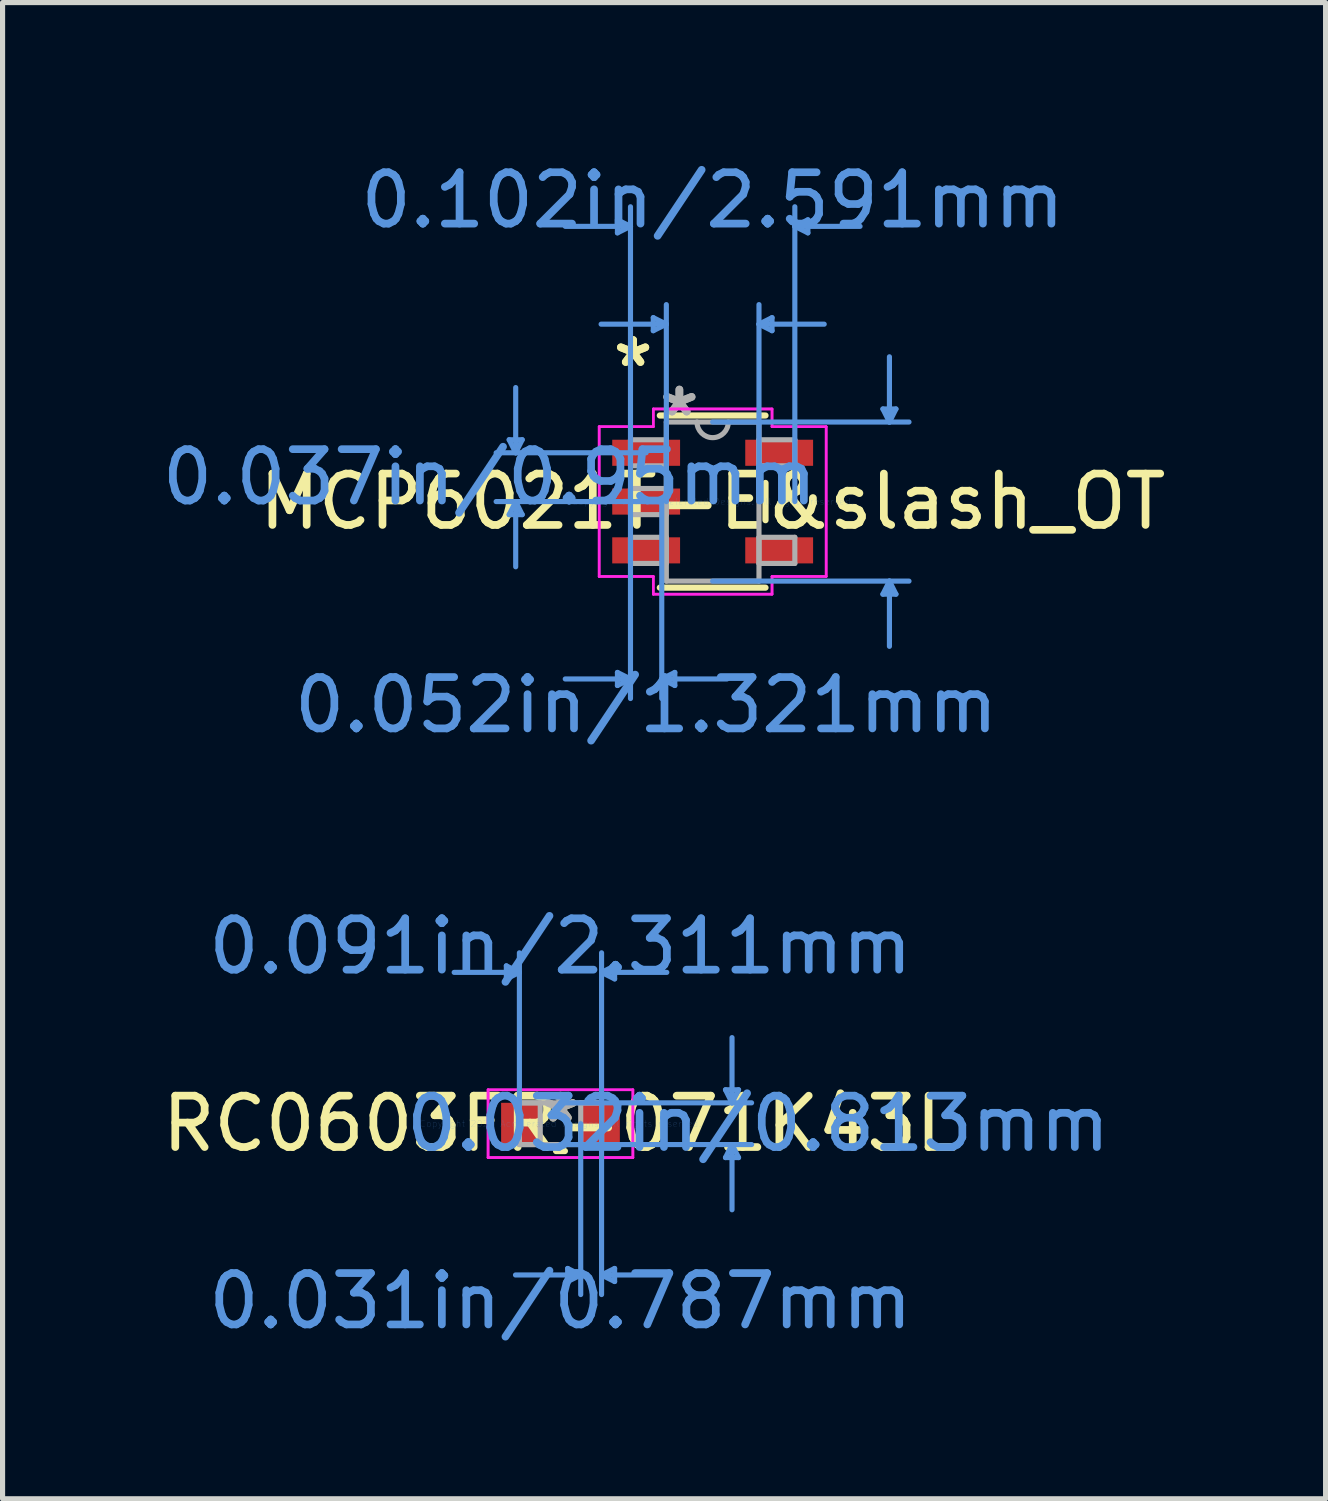
<source format=kicad_pcb>
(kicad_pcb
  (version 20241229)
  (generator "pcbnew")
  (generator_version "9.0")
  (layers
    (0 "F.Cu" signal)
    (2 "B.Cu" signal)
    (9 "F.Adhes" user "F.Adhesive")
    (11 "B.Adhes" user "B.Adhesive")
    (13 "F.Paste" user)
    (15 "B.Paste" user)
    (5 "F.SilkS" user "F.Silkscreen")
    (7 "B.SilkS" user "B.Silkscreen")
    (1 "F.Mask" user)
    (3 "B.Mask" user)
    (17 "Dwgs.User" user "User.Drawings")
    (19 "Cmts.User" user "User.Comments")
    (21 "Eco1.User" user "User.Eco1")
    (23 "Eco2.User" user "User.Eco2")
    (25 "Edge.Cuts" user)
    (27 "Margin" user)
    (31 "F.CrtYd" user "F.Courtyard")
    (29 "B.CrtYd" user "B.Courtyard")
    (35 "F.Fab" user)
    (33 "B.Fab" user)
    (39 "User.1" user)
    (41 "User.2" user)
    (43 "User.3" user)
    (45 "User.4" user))
  (footprint "RC0603FR-071K43L"
    (layer "F.Cu")
    (at 7.863 18.829)
    (property "Reference" "RC0603FR-071K43L" (at 0 0 0) (layer "F.SilkS") (effects (font (size 1 1) (thickness 0.15))))
    (attr through_hole)
    (fp_line (start -0.086 0.533) (end 0.086 0.533) (stroke (width 0.12) (type solid)) (layer "F.SilkS"))
    (fp_line (start 0.086 -0.533) (end -0.086 -0.533) (stroke (width 0.12) (type solid)) (layer "F.SilkS"))
    (fp_line (start -1.054 -3.073) (end -1.054 -2.819) (stroke (width 0.1) (type solid)) (layer "Cmts.User"))
    (fp_line (start -0.8 -2.946) (end -2.07 -2.946) (stroke (width 0.1) (type solid)) (layer "Cmts.User"))
    (fp_line (start -0.8 -2.946) (end -1.054 -3.073) (stroke (width 0.1) (type solid)) (layer "Cmts.User"))
    (fp_line (start -0.8 -2.946) (end -1.054 -2.819) (stroke (width 0.1) (type solid)) (layer "Cmts.User"))
    (fp_line (start -0.8 0) (end -0.8 -3.327) (stroke (width 0.1) (type solid)) (layer "Cmts.User"))
    (fp_line (start 0 -0.406) (end 3.721 -0.406) (stroke (width 0.1) (type solid)) (layer "Cmts.User"))
    (fp_line (start 0 0.406) (end 3.721 0.406) (stroke (width 0.1) (type solid)) (layer "Cmts.User"))
    (fp_line (start 0.14 2.819) (end 0.14 3.073) (stroke (width 0.1) (type solid)) (layer "Cmts.User"))
    (fp_line (start 0.394 0) (end 0.394 3.327) (stroke (width 0.1) (type solid)) (layer "Cmts.User"))
    (fp_line (start 0.394 2.946) (end -0.876 2.946) (stroke (width 0.1) (type solid)) (layer "Cmts.User"))
    (fp_line (start 0.394 2.946) (end 0.14 2.819) (stroke (width 0.1) (type solid)) (layer "Cmts.User"))
    (fp_line (start 0.394 2.946) (end 0.14 3.073) (stroke (width 0.1) (type solid)) (layer "Cmts.User"))
    (fp_line (start 0.8 -2.946) (end 1.054 -3.073) (stroke (width 0.1) (type solid)) (layer "Cmts.User"))
    (fp_line (start 0.8 -2.946) (end 1.054 -2.819) (stroke (width 0.1) (type solid)) (layer "Cmts.User"))
    (fp_line (start 0.8 -2.946) (end 2.07 -2.946) (stroke (width 0.1) (type solid)) (layer "Cmts.User"))
    (fp_line (start 0.8 0) (end 0.8 -3.327) (stroke (width 0.1) (type solid)) (layer "Cmts.User"))
    (fp_line (start 0.8 0) (end 0.8 3.327) (stroke (width 0.1) (type solid)) (layer "Cmts.User"))
    (fp_line (start 0.8 2.946) (end 1.054 2.819) (stroke (width 0.1) (type solid)) (layer "Cmts.User"))
    (fp_line (start 0.8 2.946) (end 1.054 3.073) (stroke (width 0.1) (type solid)) (layer "Cmts.User"))
    (fp_line (start 0.8 2.946) (end 2.07 2.946) (stroke (width 0.1) (type solid)) (layer "Cmts.User"))
    (fp_line (start 1.054 -3.073) (end 1.054 -2.819) (stroke (width 0.1) (type solid)) (layer "Cmts.User"))
    (fp_line (start 1.054 2.819) (end 1.054 3.073) (stroke (width 0.1) (type solid)) (layer "Cmts.User"))
    (fp_line (start 3.213 -0.66) (end 3.467 -0.66) (stroke (width 0.1) (type solid)) (layer "Cmts.User"))
    (fp_line (start 3.213 0.66) (end 3.467 0.66) (stroke (width 0.1) (type solid)) (layer "Cmts.User"))
    (fp_line (start 3.34 -0.406) (end 3.213 -0.66) (stroke (width 0.1) (type solid)) (layer "Cmts.User"))
    (fp_line (start 3.34 -0.406) (end 3.34 -1.676) (stroke (width 0.1) (type solid)) (layer "Cmts.User"))
    (fp_line (start 3.34 -0.406) (end 3.467 -0.66) (stroke (width 0.1) (type solid)) (layer "Cmts.User"))
    (fp_line (start 3.34 0.406) (end 3.213 0.66) (stroke (width 0.1) (type solid)) (layer "Cmts.User"))
    (fp_line (start 3.34 0.406) (end 3.34 1.676) (stroke (width 0.1) (type solid)) (layer "Cmts.User"))
    (fp_line (start 3.34 0.406) (end 3.467 0.66) (stroke (width 0.1) (type solid)) (layer "Cmts.User"))
    (fp_line (start -1.41 -0.66) (end 1.41 -0.66) (stroke (width 0.05) (type solid)) (layer "F.CrtYd"))
    (fp_line (start -1.41 -0.66) (end 1.41 -0.66) (stroke (width 0.05) (type solid)) (layer "F.CrtYd"))
    (fp_line (start -1.41 0.66) (end -1.41 -0.66) (stroke (width 0.05) (type solid)) (layer "F.CrtYd"))
    (fp_line (start -1.41 0.66) (end -1.41 -0.66) (stroke (width 0.05) (type solid)) (layer "F.CrtYd"))
    (fp_line (start 1.41 -0.66) (end 1.41 0.66) (stroke (width 0.05) (type solid)) (layer "F.CrtYd"))
    (fp_line (start 1.41 -0.66) (end 1.41 0.66) (stroke (width 0.05) (type solid)) (layer "F.CrtYd"))
    (fp_line (start 1.41 0.66) (end -1.41 0.66) (stroke (width 0.05) (type solid)) (layer "F.CrtYd"))
    (fp_line (start 1.41 0.66) (end -1.41 0.66) (stroke (width 0.05) (type solid)) (layer "F.CrtYd"))
    (fp_line (start -0.8 -0.406) (end -0.8 0.406) (stroke (width 0.1) (type solid)) (layer "F.Fab"))
    (fp_line (start -0.8 -0.406) (end -0.8 0.406) (stroke (width 0.1) (type solid)) (layer "F.Fab"))
    (fp_line (start -0.8 0.406) (end -0.394 0.406) (stroke (width 0.1) (type solid)) (layer "F.Fab"))
    (fp_line (start -0.8 0.406) (end 0.8 0.406) (stroke (width 0.1) (type solid)) (layer "F.Fab"))
    (fp_line (start -0.394 -0.406) (end -0.8 -0.406) (stroke (width 0.1) (type solid)) (layer "F.Fab"))
    (fp_line (start -0.394 0.406) (end -0.394 -0.406) (stroke (width 0.1) (type solid)) (layer "F.Fab"))
    (fp_line (start 0.394 -0.406) (end 0.394 0.406) (stroke (width 0.1) (type solid)) (layer "F.Fab"))
    (fp_line (start 0.394 0.406) (end 0.8 0.406) (stroke (width 0.1) (type solid)) (layer "F.Fab"))
    (fp_line (start 0.8 -0.406) (end -0.8 -0.406) (stroke (width 0.1) (type solid)) (layer "F.Fab"))
    (fp_line (start 0.8 -0.406) (end 0.394 -0.406) (stroke (width 0.1) (type solid)) (layer "F.Fab"))
    (fp_line (start 0.8 0.406) (end 0.8 -0.406) (stroke (width 0.1) (type solid)) (layer "F.Fab"))
    (fp_line (start 0.8 0.406) (end 0.8 -0.406) (stroke (width 0.1) (type solid)) (layer "F.Fab"))
    (fp_text user "*" (at 0 0 0) (layer "F.SilkS") (effects (font (size 1 1) (thickness 0.15))))
    (fp_text user "0.031in/0.787mm" (at 0 3.454 0) (layer "Cmts.User") (effects (font (size 1 1) (thickness 0.15))))
    (fp_text user "0.032in/0.813mm" (at 3.848 0 0) (layer "Cmts.User") (effects (font (size 1 1) (thickness 0.15))))
    (fp_text user "Copyright 2021 Accelerated Designs. All rights reserved." (at 0 0 0) (layer "Cmts.User") (effects (font (size 0.127 0.127) (thickness 0.002))))
    (fp_text user "0.091in/2.311mm" (at 0 -3.454 0) (layer "Cmts.User") (effects (font (size 1 1) (thickness 0.15))))
    (fp_text user "*" (at 0 0 0) (layer "F.Fab") (effects (font (size 1 1) (thickness 0.15))))
    (pad "1" smd rect (at -0.775 0) (size 0.762 0.813) (layers "F.Cu" "F.Mask" "F.Paste"))
    (pad "2" smd rect (at 0.775 0) (size 0.762 0.813) (layers "F.Cu" "F.Mask" "F.Paste")))
  (footprint "MCP6021T-E&slash_OT"
    (layer "F.Cu")
    (at 10.826 6.716)
    (property "Reference" "MCP6021T-E&slash_OT" (at 0 0 0) (layer "F.SilkS") (effects (font (size 1 1) (thickness 0.15))))
    (attr through_hole)
    (fp_line (start -1.029 1.676) (end 1.029 1.676) (stroke (width 0.12) (type solid)) (layer "F.SilkS"))
    (fp_line (start 1.029 -1.676) (end -1.029 -1.676) (stroke (width 0.12) (type solid)) (layer "F.SilkS"))
    (fp_line (start 1.029 0.363) (end 1.029 -0.363) (stroke (width 0.12) (type solid)) (layer "F.SilkS"))
    (fp_line (start -3.962 -1.204) (end -3.708 -1.204) (stroke (width 0.1) (type solid)) (layer "Cmts.User"))
    (fp_line (start -3.962 0.254) (end -3.708 0.254) (stroke (width 0.1) (type solid)) (layer "Cmts.User"))
    (fp_line (start -3.835 -0.95) (end -3.962 -1.204) (stroke (width 0.1) (type solid)) (layer "Cmts.User"))
    (fp_line (start -3.835 -0.95) (end -3.835 -2.22) (stroke (width 0.1) (type solid)) (layer "Cmts.User"))
    (fp_line (start -3.835 -0.95) (end -3.708 -1.204) (stroke (width 0.1) (type solid)) (layer "Cmts.User"))
    (fp_line (start -3.835 0) (end -3.962 0.254) (stroke (width 0.1) (type solid)) (layer "Cmts.User"))
    (fp_line (start -3.835 0) (end -3.835 1.27) (stroke (width 0.1) (type solid)) (layer "Cmts.User"))
    (fp_line (start -3.835 0) (end -3.708 0.254) (stroke (width 0.1) (type solid)) (layer "Cmts.User"))
    (fp_line (start -1.854 -5.486) (end -1.854 -5.232) (stroke (width 0.1) (type solid)) (layer "Cmts.User"))
    (fp_line (start -1.854 3.327) (end -1.854 3.581) (stroke (width 0.1) (type solid)) (layer "Cmts.User"))
    (fp_line (start -1.6 -5.359) (end -2.87 -5.359) (stroke (width 0.1) (type solid)) (layer "Cmts.User"))
    (fp_line (start -1.6 -5.359) (end -1.854 -5.486) (stroke (width 0.1) (type solid)) (layer "Cmts.User"))
    (fp_line (start -1.6 -5.359) (end -1.854 -5.232) (stroke (width 0.1) (type solid)) (layer "Cmts.User"))
    (fp_line (start -1.6 0) (end -1.6 -5.74) (stroke (width 0.1) (type solid)) (layer "Cmts.User"))
    (fp_line (start -1.6 0) (end -1.6 3.835) (stroke (width 0.1) (type solid)) (layer "Cmts.User"))
    (fp_line (start -1.6 3.454) (end -2.87 3.454) (stroke (width 0.1) (type solid)) (layer "Cmts.User"))
    (fp_line (start -1.6 3.454) (end -1.854 3.327) (stroke (width 0.1) (type solid)) (layer "Cmts.User"))
    (fp_line (start -1.6 3.454) (end -1.854 3.581) (stroke (width 0.1) (type solid)) (layer "Cmts.User"))
    (fp_line (start -1.295 -0.95) (end -4.216 -0.95) (stroke (width 0.1) (type solid)) (layer "Cmts.User"))
    (fp_line (start -1.295 0) (end -4.216 0) (stroke (width 0.1) (type solid)) (layer "Cmts.User"))
    (fp_line (start -1.156 -3.581) (end -1.156 -3.327) (stroke (width 0.1) (type solid)) (layer "Cmts.User"))
    (fp_line (start -0.991 0) (end -0.991 3.835) (stroke (width 0.1) (type solid)) (layer "Cmts.User"))
    (fp_line (start -0.991 3.454) (end -0.737 3.327) (stroke (width 0.1) (type solid)) (layer "Cmts.User"))
    (fp_line (start -0.991 3.454) (end -0.737 3.581) (stroke (width 0.1) (type solid)) (layer "Cmts.User"))
    (fp_line (start -0.991 3.454) (end 0.279 3.454) (stroke (width 0.1) (type solid)) (layer "Cmts.User"))
    (fp_line (start -0.902 -3.454) (end -2.172 -3.454) (stroke (width 0.1) (type solid)) (layer "Cmts.User"))
    (fp_line (start -0.902 -3.454) (end -1.156 -3.581) (stroke (width 0.1) (type solid)) (layer "Cmts.User"))
    (fp_line (start -0.902 -3.454) (end -1.156 -3.327) (stroke (width 0.1) (type solid)) (layer "Cmts.User"))
    (fp_line (start -0.902 0) (end -0.902 -3.835) (stroke (width 0.1) (type solid)) (layer "Cmts.User"))
    (fp_line (start -0.737 3.327) (end -0.737 3.581) (stroke (width 0.1) (type solid)) (layer "Cmts.User"))
    (fp_line (start 0 -1.549) (end 3.823 -1.549) (stroke (width 0.1) (type solid)) (layer "Cmts.User"))
    (fp_line (start 0 1.549) (end 3.823 1.549) (stroke (width 0.1) (type solid)) (layer "Cmts.User"))
    (fp_line (start 0.902 -3.454) (end 1.156 -3.581) (stroke (width 0.1) (type solid)) (layer "Cmts.User"))
    (fp_line (start 0.902 -3.454) (end 1.156 -3.327) (stroke (width 0.1) (type solid)) (layer "Cmts.User"))
    (fp_line (start 0.902 -3.454) (end 2.172 -3.454) (stroke (width 0.1) (type solid)) (layer "Cmts.User"))
    (fp_line (start 0.902 0) (end 0.902 -3.835) (stroke (width 0.1) (type solid)) (layer "Cmts.User"))
    (fp_line (start 1.156 -3.581) (end 1.156 -3.327) (stroke (width 0.1) (type solid)) (layer "Cmts.User"))
    (fp_line (start 1.6 -5.359) (end 1.854 -5.486) (stroke (width 0.1) (type solid)) (layer "Cmts.User"))
    (fp_line (start 1.6 -5.359) (end 1.854 -5.232) (stroke (width 0.1) (type solid)) (layer "Cmts.User"))
    (fp_line (start 1.6 -5.359) (end 2.87 -5.359) (stroke (width 0.1) (type solid)) (layer "Cmts.User"))
    (fp_line (start 1.6 0) (end 1.6 -5.74) (stroke (width 0.1) (type solid)) (layer "Cmts.User"))
    (fp_line (start 1.854 -5.486) (end 1.854 -5.232) (stroke (width 0.1) (type solid)) (layer "Cmts.User"))
    (fp_line (start 3.315 -1.803) (end 3.569 -1.803) (stroke (width 0.1) (type solid)) (layer "Cmts.User"))
    (fp_line (start 3.315 1.803) (end 3.569 1.803) (stroke (width 0.1) (type solid)) (layer "Cmts.User"))
    (fp_line (start 3.442 -1.549) (end 3.315 -1.803) (stroke (width 0.1) (type solid)) (layer "Cmts.User"))
    (fp_line (start 3.442 -1.549) (end 3.442 -2.819) (stroke (width 0.1) (type solid)) (layer "Cmts.User"))
    (fp_line (start 3.442 -1.549) (end 3.569 -1.803) (stroke (width 0.1) (type solid)) (layer "Cmts.User"))
    (fp_line (start 3.442 1.549) (end 3.315 1.803) (stroke (width 0.1) (type solid)) (layer "Cmts.User"))
    (fp_line (start 3.442 1.549) (end 3.442 2.819) (stroke (width 0.1) (type solid)) (layer "Cmts.User"))
    (fp_line (start 3.442 1.549) (end 3.569 1.803) (stroke (width 0.1) (type solid)) (layer "Cmts.User"))
    (fp_line (start -2.21 -1.458) (end -1.156 -1.458) (stroke (width 0.05) (type solid)) (layer "F.CrtYd"))
    (fp_line (start -2.21 -1.458) (end -1.156 -1.458) (stroke (width 0.05) (type solid)) (layer "F.CrtYd"))
    (fp_line (start -2.21 1.458) (end -2.21 -1.458) (stroke (width 0.05) (type solid)) (layer "F.CrtYd"))
    (fp_line (start -2.21 1.458) (end -2.21 -1.458) (stroke (width 0.05) (type solid)) (layer "F.CrtYd"))
    (fp_line (start -1.156 -1.803) (end 1.156 -1.803) (stroke (width 0.05) (type solid)) (layer "F.CrtYd"))
    (fp_line (start -1.156 -1.803) (end 1.156 -1.803) (stroke (width 0.05) (type solid)) (layer "F.CrtYd"))
    (fp_line (start -1.156 -1.458) (end -1.156 -1.803) (stroke (width 0.05) (type solid)) (layer "F.CrtYd"))
    (fp_line (start -1.156 -1.458) (end -1.156 -1.803) (stroke (width 0.05) (type solid)) (layer "F.CrtYd"))
    (fp_line (start -1.156 1.458) (end -2.21 1.458) (stroke (width 0.05) (type solid)) (layer "F.CrtYd"))
    (fp_line (start -1.156 1.458) (end -2.21 1.458) (stroke (width 0.05) (type solid)) (layer "F.CrtYd"))
    (fp_line (start -1.156 1.803) (end -1.156 1.458) (stroke (width 0.05) (type solid)) (layer "F.CrtYd"))
    (fp_line (start -1.156 1.803) (end -1.156 1.458) (stroke (width 0.05) (type solid)) (layer "F.CrtYd"))
    (fp_line (start 1.156 -1.803) (end 1.156 -1.458) (stroke (width 0.05) (type solid)) (layer "F.CrtYd"))
    (fp_line (start 1.156 -1.803) (end 1.156 -1.458) (stroke (width 0.05) (type solid)) (layer "F.CrtYd"))
    (fp_line (start 1.156 -1.458) (end 2.21 -1.458) (stroke (width 0.05) (type solid)) (layer "F.CrtYd"))
    (fp_line (start 1.156 -1.458) (end 2.21 -1.458) (stroke (width 0.05) (type solid)) (layer "F.CrtYd"))
    (fp_line (start 1.156 1.458) (end 1.156 1.803) (stroke (width 0.05) (type solid)) (layer "F.CrtYd"))
    (fp_line (start 1.156 1.458) (end 1.156 1.803) (stroke (width 0.05) (type solid)) (layer "F.CrtYd"))
    (fp_line (start 1.156 1.803) (end -1.156 1.803) (stroke (width 0.05) (type solid)) (layer "F.CrtYd"))
    (fp_line (start 1.156 1.803) (end -1.156 1.803) (stroke (width 0.05) (type solid)) (layer "F.CrtYd"))
    (fp_line (start 2.21 -1.458) (end 2.21 1.458) (stroke (width 0.05) (type solid)) (layer "F.CrtYd"))
    (fp_line (start 2.21 -1.458) (end 2.21 1.458) (stroke (width 0.05) (type solid)) (layer "F.CrtYd"))
    (fp_line (start 2.21 1.458) (end 1.156 1.458) (stroke (width 0.05) (type solid)) (layer "F.CrtYd"))
    (fp_line (start 2.21 1.458) (end 1.156 1.458) (stroke (width 0.05) (type solid)) (layer "F.CrtYd"))
    (fp_line (start -1.6 -1.204) (end -1.6 -0.696) (stroke (width 0.1) (type solid)) (layer "F.Fab"))
    (fp_line (start -1.6 -0.696) (end -0.902 -0.696) (stroke (width 0.1) (type solid)) (layer "F.Fab"))
    (fp_line (start -1.6 -0.254) (end -1.6 0.254) (stroke (width 0.1) (type solid)) (layer "F.Fab"))
    (fp_line (start -1.6 0.254) (end -0.902 0.254) (stroke (width 0.1) (type solid)) (layer "F.Fab"))
    (fp_line (start -1.6 0.696) (end -1.6 1.204) (stroke (width 0.1) (type solid)) (layer "F.Fab"))
    (fp_line (start -1.6 1.204) (end -0.902 1.204) (stroke (width 0.1) (type solid)) (layer "F.Fab"))
    (fp_line (start -0.902 -1.549) (end -0.902 1.549) (stroke (width 0.1) (type solid)) (layer "F.Fab"))
    (fp_line (start -0.902 -1.204) (end -1.6 -1.204) (stroke (width 0.1) (type solid)) (layer "F.Fab"))
    (fp_line (start -0.902 -0.696) (end -0.902 -1.204) (stroke (width 0.1) (type solid)) (layer "F.Fab"))
    (fp_line (start -0.902 -0.254) (end -1.6 -0.254) (stroke (width 0.1) (type solid)) (layer "F.Fab"))
    (fp_line (start -0.902 0.254) (end -0.902 -0.254) (stroke (width 0.1) (type solid)) (layer "F.Fab"))
    (fp_line (start -0.902 0.696) (end -1.6 0.696) (stroke (width 0.1) (type solid)) (layer "F.Fab"))
    (fp_line (start -0.902 1.204) (end -0.902 0.696) (stroke (width 0.1) (type solid)) (layer "F.Fab"))
    (fp_line (start -0.902 1.549) (end 0.902 1.549) (stroke (width 0.1) (type solid)) (layer "F.Fab"))
    (fp_line (start 0.902 -1.549) (end -0.902 -1.549) (stroke (width 0.1) (type solid)) (layer "F.Fab"))
    (fp_line (start 0.902 -1.204) (end 0.902 -0.696) (stroke (width 0.1) (type solid)) (layer "F.Fab"))
    (fp_line (start 0.902 -0.696) (end 1.6 -0.696) (stroke (width 0.1) (type solid)) (layer "F.Fab"))
    (fp_line (start 0.902 0.696) (end 0.902 1.204) (stroke (width 0.1) (type solid)) (layer "F.Fab"))
    (fp_line (start 0.902 1.204) (end 1.6 1.204) (stroke (width 0.1) (type solid)) (layer "F.Fab"))
    (fp_line (start 0.902 1.549) (end 0.902 -1.549) (stroke (width 0.1) (type solid)) (layer "F.Fab"))
    (fp_line (start 1.6 -1.204) (end 0.902 -1.204) (stroke (width 0.1) (type solid)) (layer "F.Fab"))
    (fp_line (start 1.6 -0.696) (end 1.6 -1.204) (stroke (width 0.1) (type solid)) (layer "F.Fab"))
    (fp_line (start 1.6 0.696) (end 0.902 0.696) (stroke (width 0.1) (type solid)) (layer "F.Fab"))
    (fp_line (start 1.6 1.204) (end 1.6 0.696) (stroke (width 0.1) (type solid)) (layer "F.Fab"))
    (fp_arc (start 0.3048 -1.5494) (mid 0 -1.2446) (end -0.3048 -1.5494) (stroke (width 0.1) (type solid)) (layer "F.Fab"))
    (fp_text user "*" (at -1.549 -2.601 0) (layer "F.SilkS") (effects (font (size 1 1) (thickness 0.15))))
    (fp_text user "*" (at -1.549 -2.601 0) (layer "F.SilkS") (effects (font (size 1 1) (thickness 0.15))))
    (fp_text user "Copyright 2021 Accelerated Designs. All rights reserved." (at 0 0 0) (layer "Cmts.User") (effects (font (size 0.127 0.127) (thickness 0.002))))
    (fp_text user "0.052in/1.321mm" (at -1.295 3.962 0) (layer "Cmts.User") (effects (font (size 1 1) (thickness 0.15))))
    (fp_text user "0.037in/0.95mm" (at -4.343 -0.475 0) (layer "Cmts.User") (effects (font (size 1 1) (thickness 0.15))))
    (fp_text user "0.102in/2.591mm" (at 0 -5.867 0) (layer "Cmts.User") (effects (font (size 1 1) (thickness 0.15))))
    (fp_text user "*" (at -0.648 -1.636 0) (layer "F.Fab") (effects (font (size 1 1) (thickness 0.15))))
    (fp_text user "*" (at -0.648 -1.636 0) (layer "F.Fab") (effects (font (size 1 1) (thickness 0.15))))
    (pad "1" smd rect (at -1.295 -0.95) (size 1.321 0.508) (layers "F.Cu" "F.Mask" "F.Paste"))
    (pad "2" smd rect (at -1.295 0) (size 1.321 0.508) (layers "F.Cu" "F.Mask" "F.Paste"))
    (pad "3" smd rect (at -1.295 0.95) (size 1.321 0.508) (layers "F.Cu" "F.Mask" "F.Paste"))
    (pad "4" smd rect (at 1.295 0.95) (size 1.321 0.508) (layers "F.Cu" "F.Mask" "F.Paste"))
    (pad "5" smd rect (at 1.295 -0.95) (size 1.321 0.508) (layers "F.Cu" "F.Mask" "F.Paste")))
  (gr_rect
    (start -3 -3)
    (end 22.76 26.132)
    (stroke (width 0.1) (type default))
    (fill no)
    (layer "Edge.Cuts")))
</source>
